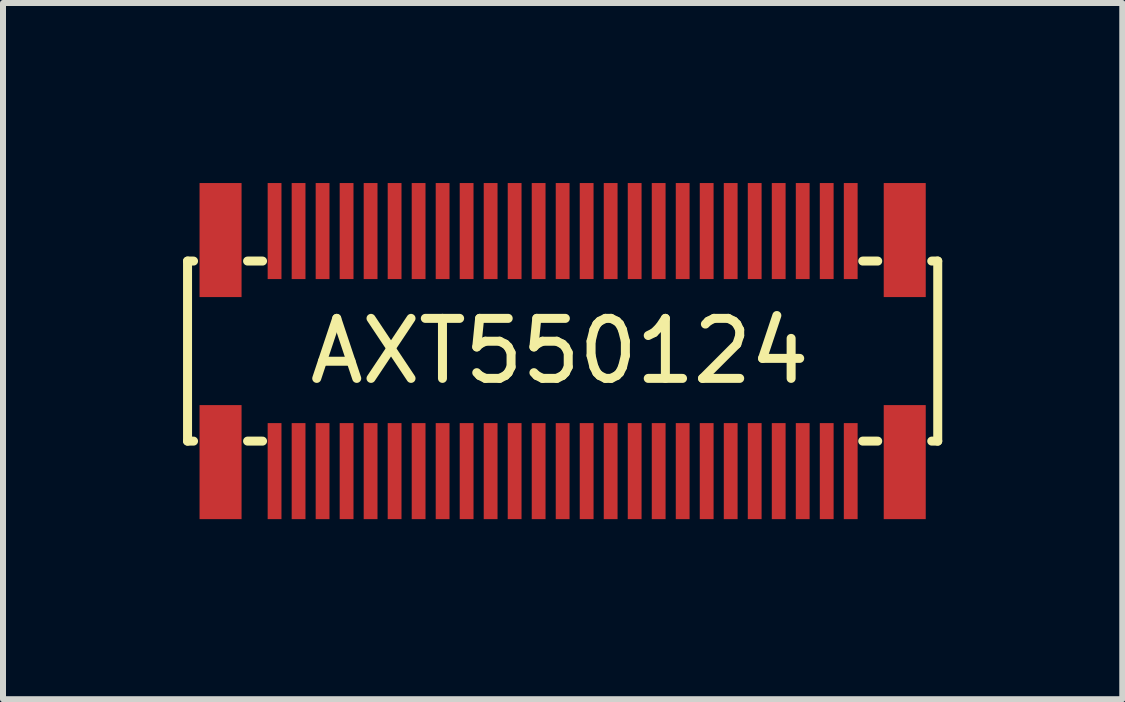
<source format=kicad_pcb>
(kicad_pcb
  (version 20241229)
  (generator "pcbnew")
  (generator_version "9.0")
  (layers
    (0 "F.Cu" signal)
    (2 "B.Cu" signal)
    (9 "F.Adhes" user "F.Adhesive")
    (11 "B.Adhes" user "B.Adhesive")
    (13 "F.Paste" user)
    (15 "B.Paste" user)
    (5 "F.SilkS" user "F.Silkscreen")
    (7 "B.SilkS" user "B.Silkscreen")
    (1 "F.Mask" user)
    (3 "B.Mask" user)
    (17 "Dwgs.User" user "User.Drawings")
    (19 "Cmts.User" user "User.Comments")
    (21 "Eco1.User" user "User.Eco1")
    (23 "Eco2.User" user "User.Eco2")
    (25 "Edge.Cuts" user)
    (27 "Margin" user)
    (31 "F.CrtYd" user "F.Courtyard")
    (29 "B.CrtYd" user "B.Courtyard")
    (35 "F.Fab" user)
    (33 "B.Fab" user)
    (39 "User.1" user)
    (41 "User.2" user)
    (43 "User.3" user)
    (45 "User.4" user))
  (footprint "AXT550124"
    (layer "F.Cu")
    (at 6.325 2.8)
    (property "Reference" "AXT550124" (at -0.05 0 0) (layer "F.SilkS") (effects (font (size 1 1) (thickness 0.15))))
    (attr through_hole)
    (fp_line (start -6.25 -1.5) (end -6.25 1.5) (stroke (width 0.15) (type solid)) (layer "F.SilkS"))
    (fp_line (start -6.25 -1.5) (end -6.15 -1.5) (stroke (width 0.15) (type solid)) (layer "F.SilkS"))
    (fp_line (start -6.25 1.5) (end -6.15 1.5) (stroke (width 0.15) (type solid)) (layer "F.SilkS"))
    (fp_line (start -5 -1.5) (end -5.25 -1.5) (stroke (width 0.15) (type solid)) (layer "F.SilkS"))
    (fp_line (start -5 1.5) (end -5.25 1.5) (stroke (width 0.15) (type solid)) (layer "F.SilkS"))
    (fp_line (start 5 1.5) (end 5.25 1.5) (stroke (width 0.15) (type solid)) (layer "F.SilkS"))
    (fp_line (start 5.25 -1.5) (end 5 -1.5) (stroke (width 0.15) (type solid)) (layer "F.SilkS"))
    (fp_line (start 6.15 1.5) (end 6.25 1.5) (stroke (width 0.15) (type solid)) (layer "F.SilkS"))
    (fp_line (start 6.25 -1.5) (end 6.15 -1.5) (stroke (width 0.15) (type solid)) (layer "F.SilkS"))
    (fp_line (start 6.25 1.5) (end 6.25 -1.5) (stroke (width 0.15) (type solid)) (layer "F.SilkS"))
    (pad "" smd rect (at -5.7 -1.85) (size 0.7 1.9) (layers "F.Cu" "F.Mask" "F.Paste"))
    (pad "" smd rect (at -5.7 1.85) (size 0.7 1.9) (layers "F.Cu" "F.Mask" "F.Paste"))
    (pad "" smd rect (at 5.7 -1.85) (size 0.7 1.9) (layers "F.Cu" "F.Mask" "F.Paste"))
    (pad "" smd rect (at 5.7 1.85) (size 0.7 1.9) (layers "F.Cu" "F.Mask" "F.Paste"))
    (pad "1" smd rect (at -4.8 2) (size 0.23 1.6) (layers "F.Cu" "F.Mask" "F.Paste"))
    (pad "2" smd rect (at -4.8 -2) (size 0.23 1.6) (layers "F.Cu" "F.Mask" "F.Paste"))
    (pad "3" smd rect (at -4.4 2) (size 0.23 1.6) (layers "F.Cu" "F.Mask" "F.Paste"))
    (pad "4" smd rect (at -4.4 -2) (size 0.23 1.6) (layers "F.Cu" "F.Mask" "F.Paste"))
    (pad "5" smd rect (at -4 2) (size 0.23 1.6) (layers "F.Cu" "F.Mask" "F.Paste"))
    (pad "6" smd rect (at -4 -2) (size 0.23 1.6) (layers "F.Cu" "F.Mask" "F.Paste"))
    (pad "7" smd rect (at -3.6 2) (size 0.23 1.6) (layers "F.Cu" "F.Mask" "F.Paste"))
    (pad "8" smd rect (at -3.6 -2) (size 0.23 1.6) (layers "F.Cu" "F.Mask" "F.Paste"))
    (pad "9" smd rect (at -3.2 2) (size 0.23 1.6) (layers "F.Cu" "F.Mask" "F.Paste"))
    (pad "10" smd rect (at -3.2 -2) (size 0.23 1.6) (layers "F.Cu" "F.Mask" "F.Paste"))
    (pad "11" smd rect (at -2.8 2) (size 0.23 1.6) (layers "F.Cu" "F.Mask" "F.Paste"))
    (pad "12" smd rect (at -2.8 -2) (size 0.23 1.6) (layers "F.Cu" "F.Mask" "F.Paste"))
    (pad "13" smd rect (at -2.4 2) (size 0.23 1.6) (layers "F.Cu" "F.Mask" "F.Paste"))
    (pad "14" smd rect (at -2.4 -2) (size 0.23 1.6) (layers "F.Cu" "F.Mask" "F.Paste"))
    (pad "15" smd rect (at -2 2) (size 0.23 1.6) (layers "F.Cu" "F.Mask" "F.Paste"))
    (pad "16" smd rect (at -2 -2) (size 0.23 1.6) (layers "F.Cu" "F.Mask" "F.Paste"))
    (pad "17" smd rect (at -1.6 2) (size 0.23 1.6) (layers "F.Cu" "F.Mask" "F.Paste"))
    (pad "18" smd rect (at -1.6 -2) (size 0.23 1.6) (layers "F.Cu" "F.Mask" "F.Paste"))
    (pad "19" smd rect (at -1.2 2) (size 0.23 1.6) (layers "F.Cu" "F.Mask" "F.Paste"))
    (pad "20" smd rect (at -1.2 -2) (size 0.23 1.6) (layers "F.Cu" "F.Mask" "F.Paste"))
    (pad "21" smd rect (at -0.8 2) (size 0.23 1.6) (layers "F.Cu" "F.Mask" "F.Paste"))
    (pad "22" smd rect (at -0.8 -2) (size 0.23 1.6) (layers "F.Cu" "F.Mask" "F.Paste"))
    (pad "23" smd rect (at -0.4 2) (size 0.23 1.6) (layers "F.Cu" "F.Mask" "F.Paste"))
    (pad "24" smd rect (at -0.4 -2) (size 0.23 1.6) (layers "F.Cu" "F.Mask" "F.Paste"))
    (pad "25" smd rect (at 0 2) (size 0.23 1.6) (layers "F.Cu" "F.Mask" "F.Paste"))
    (pad "26" smd rect (at 0 -2) (size 0.23 1.6) (layers "F.Cu" "F.Mask" "F.Paste"))
    (pad "27" smd rect (at 0.4 2) (size 0.23 1.6) (layers "F.Cu" "F.Mask" "F.Paste"))
    (pad "28" smd rect (at 0.4 -2) (size 0.23 1.6) (layers "F.Cu" "F.Mask" "F.Paste"))
    (pad "29" smd rect (at 0.8 2) (size 0.23 1.6) (layers "F.Cu" "F.Mask" "F.Paste"))
    (pad "30" smd rect (at 0.8 -2) (size 0.23 1.6) (layers "F.Cu" "F.Mask" "F.Paste"))
    (pad "31" smd rect (at 1.2 2) (size 0.23 1.6) (layers "F.Cu" "F.Mask" "F.Paste"))
    (pad "32" smd rect (at 1.2 -2) (size 0.23 1.6) (layers "F.Cu" "F.Mask" "F.Paste"))
    (pad "33" smd rect (at 1.6 2) (size 0.23 1.6) (layers "F.Cu" "F.Mask" "F.Paste"))
    (pad "34" smd rect (at 1.6 -2) (size 0.23 1.6) (layers "F.Cu" "F.Mask" "F.Paste"))
    (pad "35" smd rect (at 2 2) (size 0.23 1.6) (layers "F.Cu" "F.Mask" "F.Paste"))
    (pad "36" smd rect (at 2 -2) (size 0.23 1.6) (layers "F.Cu" "F.Mask" "F.Paste"))
    (pad "37" smd rect (at 2.4 2) (size 0.23 1.6) (layers "F.Cu" "F.Mask" "F.Paste"))
    (pad "38" smd rect (at 2.4 -2) (size 0.23 1.6) (layers "F.Cu" "F.Mask" "F.Paste"))
    (pad "39" smd rect (at 2.8 2) (size 0.23 1.6) (layers "F.Cu" "F.Mask" "F.Paste"))
    (pad "40" smd rect (at 2.8 -2) (size 0.23 1.6) (layers "F.Cu" "F.Mask" "F.Paste"))
    (pad "41" smd rect (at 3.2 2) (size 0.23 1.6) (layers "F.Cu" "F.Mask" "F.Paste"))
    (pad "42" smd rect (at 3.2 -2) (size 0.23 1.6) (layers "F.Cu" "F.Mask" "F.Paste"))
    (pad "43" smd rect (at 3.6 2) (size 0.23 1.6) (layers "F.Cu" "F.Mask" "F.Paste"))
    (pad "44" smd rect (at 3.6 -2) (size 0.23 1.6) (layers "F.Cu" "F.Mask" "F.Paste"))
    (pad "45" smd rect (at 4 2) (size 0.23 1.6) (layers "F.Cu" "F.Mask" "F.Paste"))
    (pad "46" smd rect (at 4 -2) (size 0.23 1.6) (layers "F.Cu" "F.Mask" "F.Paste"))
    (pad "47" smd rect (at 4.4 2) (size 0.23 1.6) (layers "F.Cu" "F.Mask" "F.Paste"))
    (pad "48" smd rect (at 4.4 -2) (size 0.23 1.6) (layers "F.Cu" "F.Mask" "F.Paste"))
    (pad "49" smd rect (at 4.8 2) (size 0.23 1.6) (layers "F.Cu" "F.Mask" "F.Paste"))
    (pad "50" smd rect (at 4.8 -2) (size 0.23 1.6) (layers "F.Cu" "F.Mask" "F.Paste")))
  (gr_rect
    (start -3 -3)
    (end 15.65 8.6)
    (stroke (width 0.1) (type default))
    (fill no)
    (layer "Edge.Cuts")))
</source>
